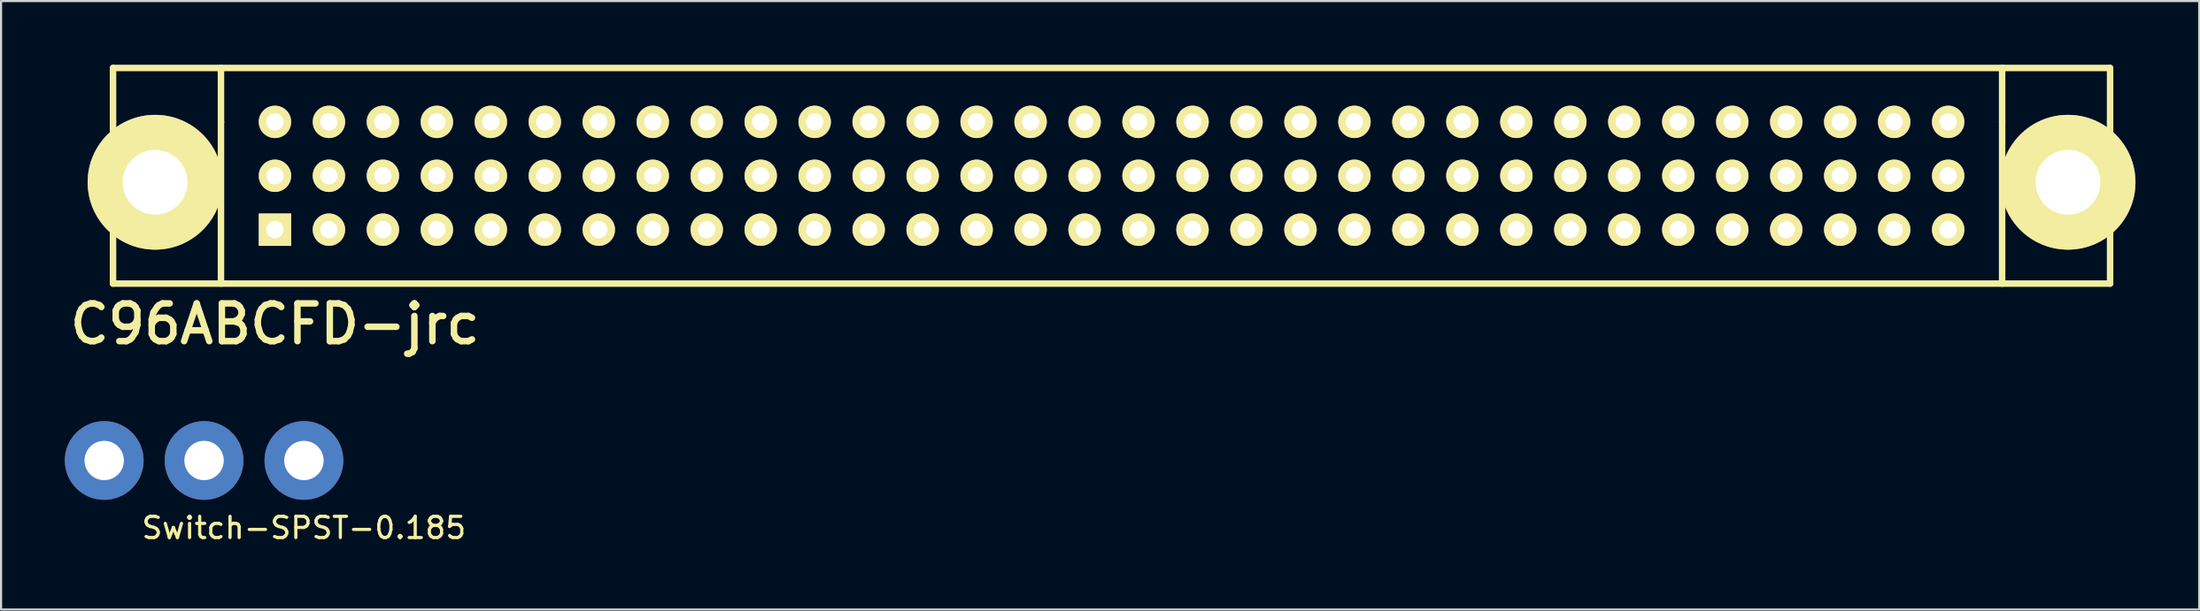
<source format=kicad_pcb>
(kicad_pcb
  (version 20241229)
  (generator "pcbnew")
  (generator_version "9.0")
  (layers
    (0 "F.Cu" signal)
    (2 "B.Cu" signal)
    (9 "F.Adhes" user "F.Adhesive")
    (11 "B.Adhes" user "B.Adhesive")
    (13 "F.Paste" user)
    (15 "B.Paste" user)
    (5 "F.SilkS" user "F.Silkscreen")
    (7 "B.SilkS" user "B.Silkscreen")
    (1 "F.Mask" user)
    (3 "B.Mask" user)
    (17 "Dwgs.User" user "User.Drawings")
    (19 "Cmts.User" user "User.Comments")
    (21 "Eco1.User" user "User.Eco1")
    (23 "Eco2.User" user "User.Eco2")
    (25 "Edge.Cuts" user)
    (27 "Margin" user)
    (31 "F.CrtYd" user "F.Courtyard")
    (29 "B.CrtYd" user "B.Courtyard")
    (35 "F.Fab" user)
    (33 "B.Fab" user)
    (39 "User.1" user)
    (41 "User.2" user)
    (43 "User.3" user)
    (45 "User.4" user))
  (footprint "Switch-SPST-0.185"
    (layer "F.Cu")
    (at 11.252 18.647)
    (property "Reference" "Switch-SPST-0.185" (at 0 3.175 0) (layer "F.SilkS") (effects (font (size 1 1) (thickness 0.15))))
    (attr through_hole)
    (pad "1" thru_hole circle (at 0 0) (size 3.708 3.708) (drill 1.854) (layers "*.Cu" "*.Mask"))
    (pad "2" thru_hole circle (at -4.699 0) (size 3.708 3.708) (drill 1.854) (layers "*.Cu" "*.Mask"))
    (pad "3" thru_hole circle (at -9.398 0) (size 3.708 3.708) (drill 1.854) (layers "*.Cu" "*.Mask")))
  (footprint "C96ABCFD-jrc"
    (layer "F.Cu")
    (at 49.259 5.232)
    (property "Reference" "C96ABCFD-jrc" (at -39.37 6.985 0) (layer "F.SilkS") (effects (font (size 1.778 1.778) (thickness 0.305))))
    (attr through_hole)
    (fp_line (start -46.99 -5.08) (end 46.99 -5.08) (stroke (width 0.305) (type solid)) (layer "F.SilkS"))
    (fp_line (start -46.99 -2.54) (end -46.99 -5.08) (stroke (width 0.305) (type solid)) (layer "F.SilkS"))
    (fp_line (start -46.99 -2.54) (end -46.99 5.08) (stroke (width 0.305) (type solid)) (layer "F.SilkS"))
    (fp_line (start -46.99 5.08) (end 46.99 5.08) (stroke (width 0.305) (type solid)) (layer "F.SilkS"))
    (fp_line (start -41.91 -2.54) (end -41.91 -5.08) (stroke (width 0.305) (type solid)) (layer "F.SilkS"))
    (fp_line (start -41.91 -2.54) (end -41.91 5.08) (stroke (width 0.305) (type solid)) (layer "F.SilkS"))
    (fp_line (start 41.91 -5.08) (end 41.91 -2.54) (stroke (width 0.305) (type solid)) (layer "F.SilkS"))
    (fp_line (start 41.91 -2.54) (end 41.91 5.08) (stroke (width 0.305) (type solid)) (layer "F.SilkS"))
    (fp_line (start 46.99 -5.08) (end 46.99 -2.54) (stroke (width 0.305) (type solid)) (layer "F.SilkS"))
    (fp_line (start 46.99 5.08) (end 46.99 -2.54) (stroke (width 0.305) (type solid)) (layer "F.SilkS"))
    (pad "A1" thru_hole rect (at -39.37 2.54) (size 1.524 1.524) (drill 0.813) (layers "*.Cu" "*.Mask" "F.SilkS"))
    (pad "A2" thru_hole circle (at -36.83 2.54) (size 1.524 1.524) (drill 0.813) (layers "*.Cu" "*.Mask" "F.SilkS"))
    (pad "A3" thru_hole circle (at -34.29 2.54) (size 1.524 1.524) (drill 0.813) (layers "*.Cu" "*.Mask" "F.SilkS"))
    (pad "A4" thru_hole circle (at -31.75 2.54) (size 1.524 1.524) (drill 0.813) (layers "*.Cu" "*.Mask" "F.SilkS"))
    (pad "A5" thru_hole circle (at -29.21 2.54) (size 1.524 1.524) (drill 0.813) (layers "*.Cu" "*.Mask" "F.SilkS"))
    (pad "A6" thru_hole circle (at -26.67 2.54) (size 1.524 1.524) (drill 0.813) (layers "*.Cu" "*.Mask" "F.SilkS"))
    (pad "A7" thru_hole circle (at -24.13 2.54) (size 1.524 1.524) (drill 0.813) (layers "*.Cu" "*.Mask" "F.SilkS"))
    (pad "A8" thru_hole circle (at -21.59 2.54) (size 1.524 1.524) (drill 0.813) (layers "*.Cu" "*.Mask" "F.SilkS"))
    (pad "A9" thru_hole circle (at -19.05 2.54) (size 1.524 1.524) (drill 0.813) (layers "*.Cu" "*.Mask" "F.SilkS"))
    (pad "A10" thru_hole circle (at -16.51 2.54) (size 1.524 1.524) (drill 0.813) (layers "*.Cu" "*.Mask" "F.SilkS"))
    (pad "A11" thru_hole circle (at -13.97 2.54) (size 1.524 1.524) (drill 0.813) (layers "*.Cu" "*.Mask" "F.SilkS"))
    (pad "A12" thru_hole circle (at -11.43 2.54) (size 1.524 1.524) (drill 0.813) (layers "*.Cu" "*.Mask" "F.SilkS"))
    (pad "A13" thru_hole circle (at -8.89 2.54) (size 1.524 1.524) (drill 0.813) (layers "*.Cu" "*.Mask" "F.SilkS"))
    (pad "A14" thru_hole circle (at -6.35 2.54) (size 1.524 1.524) (drill 0.813) (layers "*.Cu" "*.Mask" "F.SilkS"))
    (pad "A15" thru_hole circle (at -3.81 2.54) (size 1.524 1.524) (drill 0.813) (layers "*.Cu" "*.Mask" "F.SilkS"))
    (pad "A16" thru_hole circle (at -1.27 2.54) (size 1.524 1.524) (drill 0.813) (layers "*.Cu" "*.Mask" "F.SilkS"))
    (pad "A17" thru_hole circle (at 1.27 2.54) (size 1.524 1.524) (drill 0.813) (layers "*.Cu" "*.Mask" "F.SilkS"))
    (pad "A18" thru_hole circle (at 3.81 2.54) (size 1.524 1.524) (drill 0.813) (layers "*.Cu" "*.Mask" "F.SilkS"))
    (pad "A19" thru_hole circle (at 6.35 2.54) (size 1.524 1.524) (drill 0.813) (layers "*.Cu" "*.Mask" "F.SilkS"))
    (pad "A20" thru_hole circle (at 8.89 2.54) (size 1.524 1.524) (drill 0.813) (layers "*.Cu" "*.Mask" "F.SilkS"))
    (pad "A21" thru_hole circle (at 11.43 2.54) (size 1.524 1.524) (drill 0.813) (layers "*.Cu" "*.Mask" "F.SilkS"))
    (pad "A22" thru_hole circle (at 13.97 2.54) (size 1.524 1.524) (drill 0.813) (layers "*.Cu" "*.Mask" "F.SilkS"))
    (pad "A23" thru_hole circle (at 16.51 2.54) (size 1.524 1.524) (drill 0.813) (layers "*.Cu" "*.Mask" "F.SilkS"))
    (pad "A24" thru_hole circle (at 19.05 2.54) (size 1.524 1.524) (drill 0.813) (layers "*.Cu" "*.Mask" "F.SilkS"))
    (pad "A25" thru_hole circle (at 21.59 2.54) (size 1.524 1.524) (drill 0.813) (layers "*.Cu" "*.Mask" "F.SilkS"))
    (pad "A26" thru_hole circle (at 24.13 2.54) (size 1.524 1.524) (drill 0.813) (layers "*.Cu" "*.Mask" "F.SilkS"))
    (pad "A27" thru_hole circle (at 26.67 2.54) (size 1.524 1.524) (drill 0.813) (layers "*.Cu" "*.Mask" "F.SilkS"))
    (pad "A28" thru_hole circle (at 29.21 2.54) (size 1.524 1.524) (drill 0.813) (layers "*.Cu" "*.Mask" "F.SilkS"))
    (pad "A29" thru_hole circle (at 31.75 2.54) (size 1.524 1.524) (drill 0.813) (layers "*.Cu" "*.Mask" "F.SilkS"))
    (pad "A30" thru_hole circle (at 34.29 2.54) (size 1.524 1.524) (drill 0.813) (layers "*.Cu" "*.Mask" "F.SilkS"))
    (pad "A31" thru_hole circle (at 36.83 2.54) (size 1.524 1.524) (drill 0.813) (layers "*.Cu" "*.Mask" "F.SilkS"))
    (pad "A32" thru_hole circle (at 39.37 2.54) (size 1.524 1.524) (drill 0.813) (layers "*.Cu" "*.Mask" "F.SilkS"))
    (pad "B1" thru_hole circle (at -39.37 0) (size 1.524 1.524) (drill 0.813) (layers "*.Cu" "*.Mask" "F.SilkS"))
    (pad "B2" thru_hole circle (at -36.83 0) (size 1.524 1.524) (drill 0.813) (layers "*.Cu" "*.Mask" "F.SilkS"))
    (pad "B3" thru_hole circle (at -34.29 0) (size 1.524 1.524) (drill 0.813) (layers "*.Cu" "*.Mask" "F.SilkS"))
    (pad "B4" thru_hole circle (at -31.75 0) (size 1.524 1.524) (drill 0.813) (layers "*.Cu" "*.Mask" "F.SilkS"))
    (pad "B5" thru_hole circle (at -29.21 0) (size 1.524 1.524) (drill 0.813) (layers "*.Cu" "*.Mask" "F.SilkS"))
    (pad "B6" thru_hole circle (at -26.67 0) (size 1.524 1.524) (drill 0.813) (layers "*.Cu" "*.Mask" "F.SilkS"))
    (pad "B7" thru_hole circle (at -24.13 0) (size 1.524 1.524) (drill 0.813) (layers "*.Cu" "*.Mask" "F.SilkS"))
    (pad "B8" thru_hole circle (at -21.59 0) (size 1.524 1.524) (drill 0.813) (layers "*.Cu" "*.Mask" "F.SilkS"))
    (pad "B9" thru_hole circle (at -19.05 0) (size 1.524 1.524) (drill 0.813) (layers "*.Cu" "*.Mask" "F.SilkS"))
    (pad "B10" thru_hole circle (at -16.51 0) (size 1.524 1.524) (drill 0.813) (layers "*.Cu" "*.Mask" "F.SilkS"))
    (pad "B11" thru_hole circle (at -13.97 0) (size 1.524 1.524) (drill 0.813) (layers "*.Cu" "*.Mask" "F.SilkS"))
    (pad "B12" thru_hole circle (at -11.43 0) (size 1.524 1.524) (drill 0.813) (layers "*.Cu" "*.Mask" "F.SilkS"))
    (pad "B13" thru_hole circle (at -8.89 0) (size 1.524 1.524) (drill 0.813) (layers "*.Cu" "*.Mask" "F.SilkS"))
    (pad "B14" thru_hole circle (at -6.35 0) (size 1.524 1.524) (drill 0.813) (layers "*.Cu" "*.Mask" "F.SilkS"))
    (pad "B15" thru_hole circle (at -3.81 0) (size 1.524 1.524) (drill 0.813) (layers "*.Cu" "*.Mask" "F.SilkS"))
    (pad "B16" thru_hole circle (at -1.27 0) (size 1.524 1.524) (drill 0.813) (layers "*.Cu" "*.Mask" "F.SilkS"))
    (pad "B17" thru_hole circle (at 1.27 0) (size 1.524 1.524) (drill 0.813) (layers "*.Cu" "*.Mask" "F.SilkS"))
    (pad "B18" thru_hole circle (at 3.81 0) (size 1.524 1.524) (drill 0.813) (layers "*.Cu" "*.Mask" "F.SilkS"))
    (pad "B19" thru_hole circle (at 6.35 0) (size 1.524 1.524) (drill 0.813) (layers "*.Cu" "*.Mask" "F.SilkS"))
    (pad "B20" thru_hole circle (at 8.89 0) (size 1.524 1.524) (drill 0.813) (layers "*.Cu" "*.Mask" "F.SilkS"))
    (pad "B21" thru_hole circle (at 11.43 0) (size 1.524 1.524) (drill 0.813) (layers "*.Cu" "*.Mask" "F.SilkS"))
    (pad "B22" thru_hole circle (at 13.97 0) (size 1.524 1.524) (drill 0.813) (layers "*.Cu" "*.Mask" "F.SilkS"))
    (pad "B23" thru_hole circle (at 16.51 0) (size 1.524 1.524) (drill 0.813) (layers "*.Cu" "*.Mask" "F.SilkS"))
    (pad "B24" thru_hole circle (at 19.05 0) (size 1.524 1.524) (drill 0.813) (layers "*.Cu" "*.Mask" "F.SilkS"))
    (pad "B25" thru_hole circle (at 21.59 0) (size 1.524 1.524) (drill 0.813) (layers "*.Cu" "*.Mask" "F.SilkS"))
    (pad "B26" thru_hole circle (at 24.13 0) (size 1.524 1.524) (drill 0.813) (layers "*.Cu" "*.Mask" "F.SilkS"))
    (pad "B27" thru_hole circle (at 26.67 0) (size 1.524 1.524) (drill 0.813) (layers "*.Cu" "*.Mask" "F.SilkS"))
    (pad "B28" thru_hole circle (at 29.21 0) (size 1.524 1.524) (drill 0.813) (layers "*.Cu" "*.Mask" "F.SilkS"))
    (pad "B29" thru_hole circle (at 31.75 0) (size 1.524 1.524) (drill 0.813) (layers "*.Cu" "*.Mask" "F.SilkS"))
    (pad "B30" thru_hole circle (at 34.29 0) (size 1.524 1.524) (drill 0.813) (layers "*.Cu" "*.Mask" "F.SilkS"))
    (pad "B31" thru_hole circle (at 36.83 0) (size 1.524 1.524) (drill 0.813) (layers "*.Cu" "*.Mask" "F.SilkS"))
    (pad "B32" thru_hole circle (at 39.37 0) (size 1.524 1.524) (drill 0.813) (layers "*.Cu" "*.Mask" "F.SilkS"))
    (pad "C1" thru_hole circle (at -39.37 -2.54) (size 1.524 1.524) (drill 0.813) (layers "*.Cu" "*.Mask" "F.SilkS"))
    (pad "C2" thru_hole circle (at -36.83 -2.54) (size 1.524 1.524) (drill 0.813) (layers "*.Cu" "*.Mask" "F.SilkS"))
    (pad "C3" thru_hole circle (at -34.29 -2.54) (size 1.524 1.524) (drill 0.813) (layers "*.Cu" "*.Mask" "F.SilkS"))
    (pad "C4" thru_hole circle (at -31.75 -2.54) (size 1.524 1.524) (drill 0.813) (layers "*.Cu" "*.Mask" "F.SilkS"))
    (pad "C5" thru_hole circle (at -29.21 -2.54) (size 1.524 1.524) (drill 0.813) (layers "*.Cu" "*.Mask" "F.SilkS"))
    (pad "C6" thru_hole circle (at -26.67 -2.54) (size 1.524 1.524) (drill 0.813) (layers "*.Cu" "*.Mask" "F.SilkS"))
    (pad "C7" thru_hole circle (at -24.13 -2.54) (size 1.524 1.524) (drill 0.813) (layers "*.Cu" "*.Mask" "F.SilkS"))
    (pad "C8" thru_hole circle (at -21.59 -2.54) (size 1.524 1.524) (drill 0.813) (layers "*.Cu" "*.Mask" "F.SilkS"))
    (pad "C9" thru_hole circle (at -19.05 -2.54) (size 1.524 1.524) (drill 0.813) (layers "*.Cu" "*.Mask" "F.SilkS"))
    (pad "C10" thru_hole circle (at -16.51 -2.54) (size 1.524 1.524) (drill 0.813) (layers "*.Cu" "*.Mask" "F.SilkS"))
    (pad "C11" thru_hole circle (at -13.97 -2.54) (size 1.524 1.524) (drill 0.813) (layers "*.Cu" "*.Mask" "F.SilkS"))
    (pad "C12" thru_hole circle (at -11.43 -2.54) (size 1.524 1.524) (drill 0.813) (layers "*.Cu" "*.Mask" "F.SilkS"))
    (pad "C13" thru_hole circle (at -8.89 -2.54) (size 1.524 1.524) (drill 0.813) (layers "*.Cu" "*.Mask" "F.SilkS"))
    (pad "C14" thru_hole circle (at -6.35 -2.54) (size 1.524 1.524) (drill 0.813) (layers "*.Cu" "*.Mask" "F.SilkS"))
    (pad "C15" thru_hole circle (at -3.81 -2.54) (size 1.524 1.524) (drill 0.813) (layers "*.Cu" "*.Mask" "F.SilkS"))
    (pad "C16" thru_hole circle (at -1.27 -2.54) (size 1.524 1.524) (drill 0.813) (layers "*.Cu" "*.Mask" "F.SilkS"))
    (pad "C17" thru_hole circle (at 1.27 -2.54) (size 1.524 1.524) (drill 0.813) (layers "*.Cu" "*.Mask" "F.SilkS"))
    (pad "C18" thru_hole circle (at 3.81 -2.54) (size 1.524 1.524) (drill 0.813) (layers "*.Cu" "*.Mask" "F.SilkS"))
    (pad "C19" thru_hole circle (at 6.35 -2.54) (size 1.524 1.524) (drill 0.813) (layers "*.Cu" "*.Mask" "F.SilkS"))
    (pad "C20" thru_hole circle (at 8.89 -2.54) (size 1.524 1.524) (drill 0.813) (layers "*.Cu" "*.Mask" "F.SilkS"))
    (pad "C21" thru_hole circle (at 11.43 -2.54) (size 1.524 1.524) (drill 0.813) (layers "*.Cu" "*.Mask" "F.SilkS"))
    (pad "C22" thru_hole circle (at 13.97 -2.54) (size 1.524 1.524) (drill 0.813) (layers "*.Cu" "*.Mask" "F.SilkS"))
    (pad "C23" thru_hole circle (at 16.51 -2.54) (size 1.524 1.524) (drill 0.813) (layers "*.Cu" "*.Mask" "F.SilkS"))
    (pad "C24" thru_hole circle (at 19.05 -2.54) (size 1.524 1.524) (drill 0.813) (layers "*.Cu" "*.Mask" "F.SilkS"))
    (pad "C25" thru_hole circle (at 21.59 -2.54) (size 1.524 1.524) (drill 0.813) (layers "*.Cu" "*.Mask" "F.SilkS"))
    (pad "C26" thru_hole circle (at 24.13 -2.54) (size 1.524 1.524) (drill 0.813) (layers "*.Cu" "*.Mask" "F.SilkS"))
    (pad "C27" thru_hole circle (at 26.67 -2.54) (size 1.524 1.524) (drill 0.813) (layers "*.Cu" "*.Mask" "F.SilkS"))
    (pad "C28" thru_hole circle (at 29.21 -2.54) (size 1.524 1.524) (drill 0.813) (layers "*.Cu" "*.Mask" "F.SilkS"))
    (pad "C29" thru_hole circle (at 31.75 -2.54) (size 1.524 1.524) (drill 0.813) (layers "*.Cu" "*.Mask" "F.SilkS"))
    (pad "C30" thru_hole circle (at 34.29 -2.54) (size 1.524 1.524) (drill 0.813) (layers "*.Cu" "*.Mask" "F.SilkS"))
    (pad "C31" thru_hole circle (at 36.83 -2.54) (size 1.524 1.524) (drill 0.813) (layers "*.Cu" "*.Mask" "F.SilkS"))
    (pad "C32" thru_hole circle (at 39.37 -2.54) (size 1.524 1.524) (drill 0.813) (layers "*.Cu" "*.Mask" "F.SilkS"))
    (pad "GND" thru_hole circle (at -45.009 0.305) (size 6.35 6.35) (drill 3.048) (layers "*.Cu" "*.Mask" "F.SilkS"))
    (pad "GND" thru_hole circle (at 45.009 0.305) (size 6.35 6.35) (drill 3.048) (layers "*.Cu" "*.Mask" "F.SilkS")))
  (gr_rect
    (start -3 -3)
    (end 100.443 25.67)
    (stroke (width 0.1) (type default))
    (fill no)
    (layer "Edge.Cuts")))
</source>
